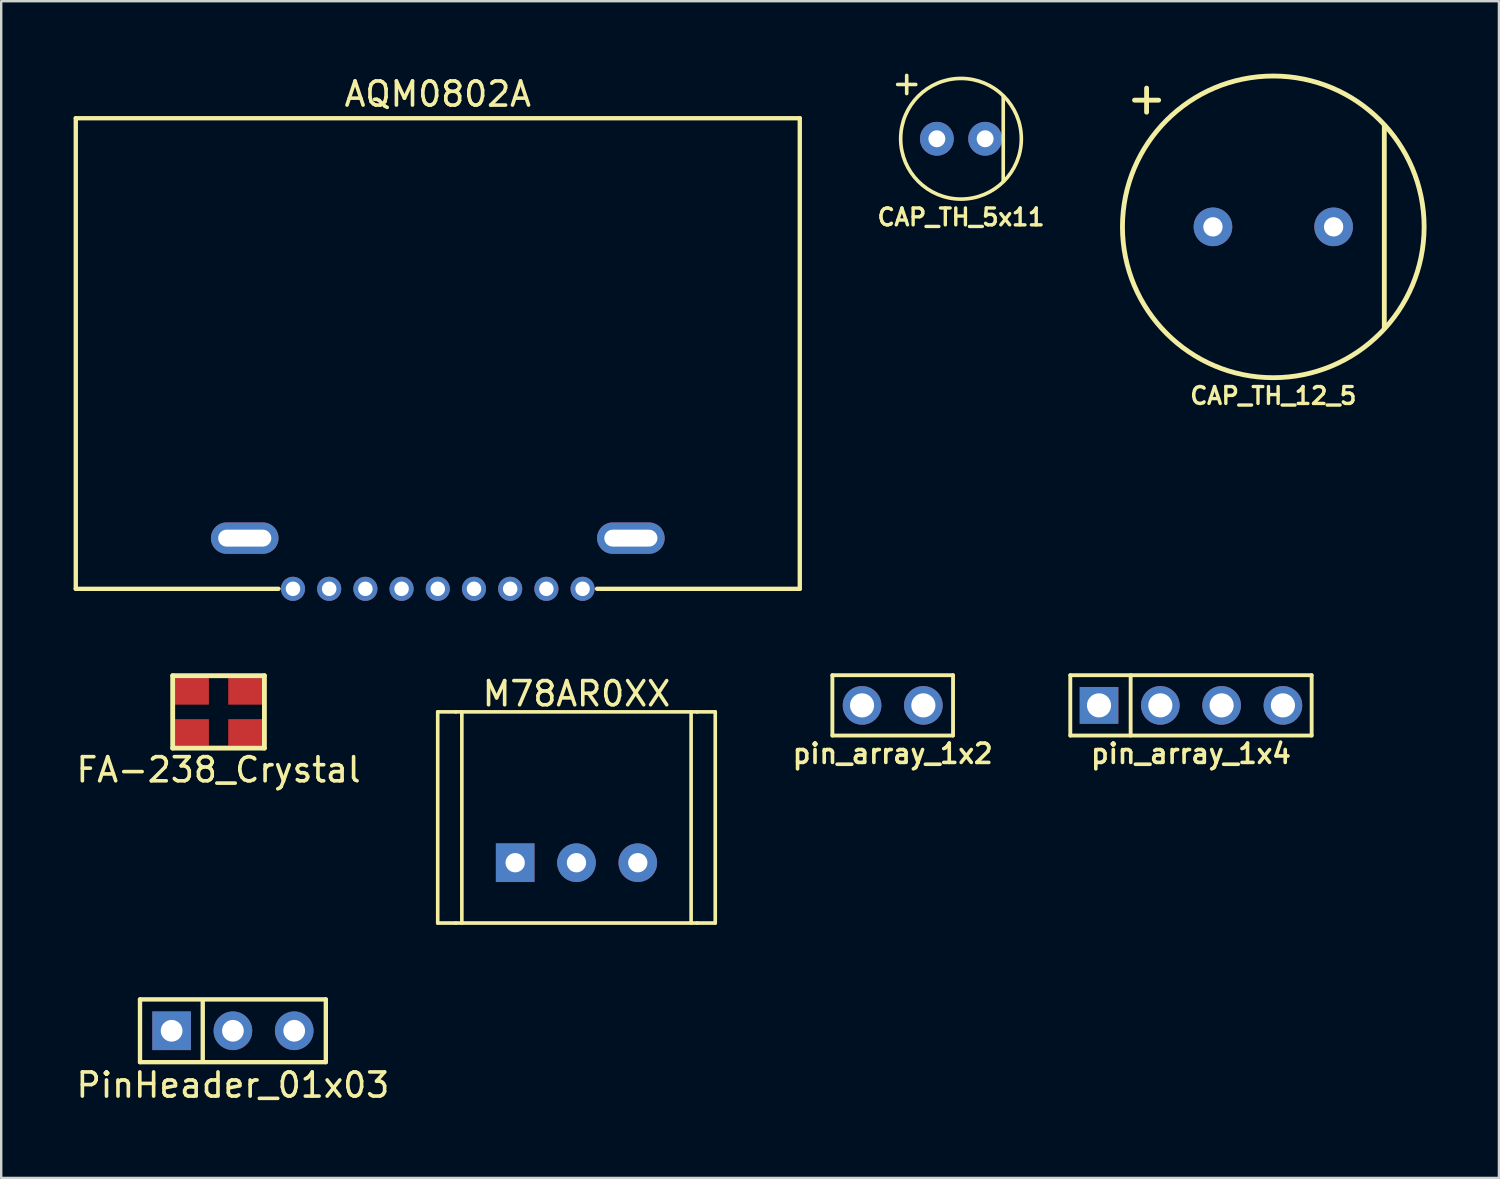
<source format=kicad_pcb>
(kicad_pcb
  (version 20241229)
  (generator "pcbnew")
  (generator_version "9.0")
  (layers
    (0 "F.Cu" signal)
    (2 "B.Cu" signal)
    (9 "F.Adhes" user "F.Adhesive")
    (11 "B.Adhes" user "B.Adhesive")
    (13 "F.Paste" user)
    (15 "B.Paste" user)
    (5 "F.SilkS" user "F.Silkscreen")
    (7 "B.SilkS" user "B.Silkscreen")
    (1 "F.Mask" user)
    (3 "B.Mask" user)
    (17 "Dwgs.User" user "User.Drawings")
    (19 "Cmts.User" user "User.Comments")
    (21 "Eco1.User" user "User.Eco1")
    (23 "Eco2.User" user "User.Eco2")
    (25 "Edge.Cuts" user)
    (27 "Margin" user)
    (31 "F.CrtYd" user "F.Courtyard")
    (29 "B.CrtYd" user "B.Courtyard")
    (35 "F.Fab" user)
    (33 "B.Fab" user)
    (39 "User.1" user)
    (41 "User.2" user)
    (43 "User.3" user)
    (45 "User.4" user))
  (footprint "pin_array_1x2"
    (layer "F.Cu")
    (at 33.94 26.178)
    (property "Reference" "pin_array_1x2" (at 0 2 0) (layer "F.SilkS") (effects (font (size 0.8 0.8) (thickness 0.15))))
    (attr through_hole)
    (fp_line (start -2.5 -1.25) (end -2.5 1.25) (stroke (width 0.16) (type solid)) (layer "F.SilkS"))
    (fp_line (start -2.5 -1.25) (end 2.5 -1.25) (stroke (width 0.16) (type solid)) (layer "F.SilkS"))
    (fp_line (start 2.5 -1.25) (end 2.5 1.25) (stroke (width 0.16) (type solid)) (layer "F.SilkS"))
    (fp_line (start 2.5 1.25) (end -2.5 1.25) (stroke (width 0.16) (type solid)) (layer "F.SilkS"))
    (pad "1" thru_hole circle (at -1.27 0) (size 1.6 1.6) (drill 1) (layers "*.Cu" "*.Mask"))
    (pad "2" thru_hole circle (at 1.27 0) (size 1.6 1.6) (drill 1) (layers "*.Cu" "*.Mask")))
  (footprint "CAP_TH_12_5"
    (layer "F.Cu")
    (at 49.71 6.35)
    (property "Reference" "CAP_TH_12_5" (at 0 7 0) (layer "F.SilkS") (effects (font (size 0.7 0.7) (thickness 0.14))))
    (attr through_hole)
    (fp_line (start -5.75 -5.25) (end -4.75 -5.25) (stroke (width 0.2) (type solid)) (layer "F.SilkS"))
    (fp_line (start -5.25 -5.75) (end -5.25 -4.75) (stroke (width 0.2) (type solid)) (layer "F.SilkS"))
    (fp_line (start 4.6 -4.2) (end 4.6 4.2) (stroke (width 0.2) (type solid)) (layer "F.SilkS"))
    (fp_circle (center 0 0) (end 6.25 0) (stroke (width 0.2) (type solid)) (fill no) (layer "F.SilkS"))
    (pad "1" thru_hole circle (at -2.5 0) (size 1.6 1.6) (drill 0.8) (layers "*.Cu" "*.Mask"))
    (pad "2" thru_hole circle (at 2.5 0) (size 1.6 1.6) (drill 0.8) (layers "*.Cu" "*.Mask")))
  (footprint "PinHeader_01x03"
    (layer "F.Cu")
    (at 6.601 39.661)
    (property "Reference" "PinHeader_01x03" (at 0 2.25 0) (layer "F.SilkS") (effects (font (size 1 1) (thickness 0.15))))
    (attr through_hole)
    (fp_line (start -3.85 -1.3) (end -3.85 1.3) (stroke (width 0.18) (type solid)) (layer "F.SilkS"))
    (fp_line (start -3.85 1.3) (end 3.85 1.3) (stroke (width 0.18) (type solid)) (layer "F.SilkS"))
    (fp_line (start -1.25 -1.25) (end -1.25 1.25) (stroke (width 0.18) (type solid)) (layer "F.SilkS"))
    (fp_line (start 3.85 -1.3) (end -3.85 -1.3) (stroke (width 0.18) (type solid)) (layer "F.SilkS"))
    (fp_line (start 3.85 1.3) (end 3.85 -1.3) (stroke (width 0.18) (type solid)) (layer "F.SilkS"))
    (pad "1" thru_hole rect (at -2.54 0) (size 1.6 1.6) (drill 0.9) (layers "*.Cu" "*.Mask"))
    (pad "2" thru_hole circle (at 0 0) (size 1.6 1.6) (drill 0.9) (layers "*.Cu" "*.Mask"))
    (pad "3" thru_hole circle (at 2.54 0) (size 1.6 1.6) (drill 0.9) (layers "*.Cu" "*.Mask")))
  (footprint "CAP_TH_5x11"
    (layer "F.Cu")
    (at 36.77 2.7)
    (property "Reference" "CAP_TH_5x11" (at 0 3.25 0) (layer "F.SilkS") (effects (font (size 0.7 0.7) (thickness 0.14))))
    (attr through_hole)
    (fp_line (start -2.625 -2.25) (end -1.875 -2.25) (stroke (width 0.15) (type solid)) (layer "F.SilkS"))
    (fp_line (start -2.25 -2.625) (end -2.25 -1.875) (stroke (width 0.15) (type solid)) (layer "F.SilkS"))
    (fp_line (start 1.75 -1.75) (end 1.75 1.75) (stroke (width 0.15) (type solid)) (layer "F.SilkS"))
    (fp_circle (center 0 0) (end -2.5 0) (stroke (width 0.15) (type solid)) (fill no) (layer "F.SilkS"))
    (pad "1" thru_hole circle (at -1 0) (size 1.4 1.4) (drill 0.7) (layers "*.Cu" "*.Mask"))
    (pad "2" thru_hole circle (at 1 0) (size 1.4 1.4) (drill 0.7) (layers "*.Cu" "*.Mask")))
  (footprint "pin_array_1x4"
    (layer "F.Cu")
    (at 46.299 26.178)
    (property "Reference" "pin_array_1x4" (at 0 2 0) (layer "F.SilkS") (effects (font (size 0.8 0.8) (thickness 0.15))))
    (attr through_hole)
    (fp_line (start -5 -1.25) (end 5 -1.25) (stroke (width 0.16) (type solid)) (layer "F.SilkS"))
    (fp_line (start -5 1.25) (end -5 -1.25) (stroke (width 0.16) (type solid)) (layer "F.SilkS"))
    (fp_line (start -2.5 -1.25) (end -2.5 1.25) (stroke (width 0.16) (type solid)) (layer "F.SilkS"))
    (fp_line (start 5 -1.25) (end 5 1.25) (stroke (width 0.16) (type solid)) (layer "F.SilkS"))
    (fp_line (start 5 1.25) (end -5 1.25) (stroke (width 0.16) (type solid)) (layer "F.SilkS"))
    (pad "1" thru_hole rect (at -3.81 0) (size 1.6 1.524) (drill 1) (layers "*.Cu" "*.Mask"))
    (pad "2" thru_hole circle (at -1.27 0) (size 1.6 1.6) (drill 1) (layers "*.Cu" "*.Mask"))
    (pad "3" thru_hole circle (at 1.27 0) (size 1.6 1.6) (drill 1) (layers "*.Cu" "*.Mask"))
    (pad "4" thru_hole circle (at 3.81 0) (size 1.6 1.6) (drill 1) (layers "*.Cu" "*.Mask")))
  (footprint "M78AR0XX"
    (layer "F.Cu")
    (at 20.837 32.697)
    (property "Reference" "M78AR0XX" (at 0 -7 0) (layer "F.SilkS") (effects (font (size 1 1) (thickness 0.15))))
    (attr through_hole)
    (fp_line (start -5.75 -6.25) (end -5 -6.25) (stroke (width 0.15) (type solid)) (layer "F.SilkS"))
    (fp_line (start -5.75 2.5) (end -5.75 -6.25) (stroke (width 0.15) (type solid)) (layer "F.SilkS"))
    (fp_line (start -5 -6.25) (end 5 -6.25) (stroke (width 0.15) (type solid)) (layer "F.SilkS"))
    (fp_line (start -5 2.5) (end -5.75 2.5) (stroke (width 0.15) (type solid)) (layer "F.SilkS"))
    (fp_line (start -4.75 -6.25) (end -4.75 2.5) (stroke (width 0.15) (type solid)) (layer "F.SilkS"))
    (fp_line (start 4.75 -6.25) (end 4.75 2.5) (stroke (width 0.15) (type solid)) (layer "F.SilkS"))
    (fp_line (start 5 -6.25) (end 5.75 -6.25) (stroke (width 0.15) (type solid)) (layer "F.SilkS"))
    (fp_line (start 5 2.5) (end -5 2.5) (stroke (width 0.15) (type solid)) (layer "F.SilkS"))
    (fp_line (start 5.75 -6.25) (end 5.75 2.5) (stroke (width 0.15) (type solid)) (layer "F.SilkS"))
    (fp_line (start 5.75 2.5) (end 5 2.5) (stroke (width 0.15) (type solid)) (layer "F.SilkS"))
    (pad "1" thru_hole rect (at -2.54 0) (size 1.6 1.6) (drill 0.8) (layers "*.Cu" "*.Mask"))
    (pad "2" thru_hole circle (at 0 0) (size 1.6 1.6) (drill 0.8) (layers "*.Cu" "*.Mask"))
    (pad "3" thru_hole circle (at 2.54 0) (size 1.6 1.6) (drill 0.8) (layers "*.Cu" "*.Mask")))
  (footprint "FA-238_Crystal"
    (layer "F.Cu")
    (at 6.006 26.448)
    (property "Reference" "FA-238_Crystal" (at 0 2.4 0) (layer "F.SilkS") (effects (font (size 1 1) (thickness 0.15))))
    (attr through_hole)
    (fp_line (start -1.9 -1.5) (end -1.9 1.5) (stroke (width 0.2) (type solid)) (layer "F.SilkS"))
    (fp_line (start -1.9 1.5) (end 1.9 1.5) (stroke (width 0.2) (type solid)) (layer "F.SilkS"))
    (fp_line (start 1.9 -1.5) (end -1.9 -1.5) (stroke (width 0.2) (type solid)) (layer "F.SilkS"))
    (fp_line (start 1.9 1.5) (end 1.9 -1.5) (stroke (width 0.2) (type solid)) (layer "F.SilkS"))
    (pad "1" smd rect (at -1.1 0.85) (size 1.4 1.1) (layers "F.Cu" "F.Mask" "F.Paste"))
    (pad "2" smd rect (at 1.1 0.85) (size 1.4 1.1) (layers "F.Cu" "F.Mask" "F.Paste"))
    (pad "3" smd rect (at 1.1 -0.85) (size 1.4 1.1) (layers "F.Cu" "F.Mask" "F.Paste"))
    (pad "4" smd rect (at -1.1 -0.85) (size 1.4 1.1) (layers "F.Cu" "F.Mask" "F.Paste")))
  (footprint "AQM0802A"
    (layer "F.Cu")
    (at 15.09 21.348)
    (property "Reference" "AQM0802A" (at 0 -20.5 0) (layer "F.SilkS") (effects (font (size 1 1) (thickness 0.15))))
    (attr through_hole)
    (fp_line (start -15 -19.5) (end 15 -19.5) (stroke (width 0.18) (type solid)) (layer "F.SilkS"))
    (fp_line (start -15 0) (end -15 -19.5) (stroke (width 0.18) (type solid)) (layer "F.SilkS"))
    (fp_line (start -6.6 0) (end -15 0) (stroke (width 0.18) (type solid)) (layer "F.SilkS"))
    (fp_line (start 15 -19.5) (end 15 0) (stroke (width 0.18) (type solid)) (layer "F.SilkS"))
    (fp_line (start 15 0) (end 6.6 0) (stroke (width 0.18) (type solid)) (layer "F.SilkS"))
    (pad "1" thru_hole circle (at -6 0) (size 1 1) (drill 0.6) (layers "*.Cu" "*.Mask"))
    (pad "2" thru_hole circle (at -4.5 0) (size 1 1) (drill 0.6) (layers "*.Cu" "*.Mask"))
    (pad "3" thru_hole circle (at -3 0) (size 1 1) (drill 0.6) (layers "*.Cu" "*.Mask"))
    (pad "4" thru_hole circle (at -1.5 0) (size 1 1) (drill 0.6) (layers "*.Cu" "*.Mask"))
    (pad "5" thru_hole circle (at 0 0) (size 1 1) (drill 0.6) (layers "*.Cu" "*.Mask"))
    (pad "6" thru_hole circle (at 1.5 0) (size 1 1) (drill 0.6) (layers "*.Cu" "*.Mask"))
    (pad "7" thru_hole circle (at 3 0) (size 1 1) (drill 0.6) (layers "*.Cu" "*.Mask"))
    (pad "8" thru_hole circle (at 4.5 0) (size 1 1) (drill 0.6) (layers "*.Cu" "*.Mask"))
    (pad "9" thru_hole circle (at 6 0) (size 1 1) (drill 0.6) (layers "*.Cu" "*.Mask"))
    (pad "10" thru_hole oval (at -8 -2.1) (size 2.8 1.3) (drill oval 2.2 0.7) (layers "*.Cu" "*.Mask"))
    (pad "11" thru_hole oval (at 8 -2.1) (size 2.8 1.3) (drill oval 2.2 0.7) (layers "*.Cu" "*.Mask")))
  (gr_rect
    (start -3 -3)
    (end 59.06 45.76)
    (stroke (width 0.1) (type default))
    (fill no)
    (layer "Edge.Cuts")))
</source>
